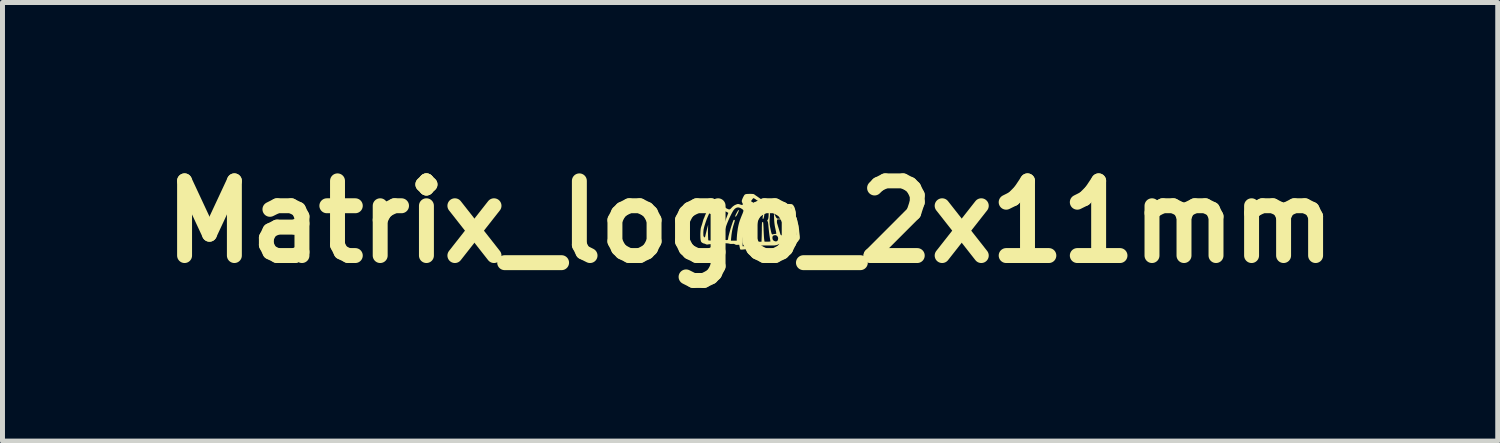
<source format=kicad_pcb>
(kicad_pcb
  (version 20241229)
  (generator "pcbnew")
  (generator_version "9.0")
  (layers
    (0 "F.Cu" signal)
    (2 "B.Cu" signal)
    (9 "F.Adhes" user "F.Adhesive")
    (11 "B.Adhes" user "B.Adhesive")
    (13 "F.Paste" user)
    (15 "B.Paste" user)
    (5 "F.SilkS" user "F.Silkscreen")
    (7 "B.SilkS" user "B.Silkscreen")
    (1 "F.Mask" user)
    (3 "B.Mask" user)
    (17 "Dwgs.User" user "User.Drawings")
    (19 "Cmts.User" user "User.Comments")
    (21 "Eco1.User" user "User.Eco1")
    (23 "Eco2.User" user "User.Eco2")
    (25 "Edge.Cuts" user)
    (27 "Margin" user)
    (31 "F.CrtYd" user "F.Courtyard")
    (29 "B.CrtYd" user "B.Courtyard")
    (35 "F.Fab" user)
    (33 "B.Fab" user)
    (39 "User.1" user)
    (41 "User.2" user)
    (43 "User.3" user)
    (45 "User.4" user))
  (footprint "Matrix_logo_2x11mm"
    (layer "F.Cu")
    (at 12.014 1.404)
    (property "Reference" "Matrix_logo_2x11mm" (at 0 0 0) (layer "F.SilkS") (effects (font (size 1.5 1.5) (thickness 0.3))))
    (attr board_only exclude_from_pos_files exclude_from_bom)
    (fp_poly (pts (xy -0.227 -0.234) (xy -0.226 -0.225) (xy -0.23 -0.211) (xy -0.239 -0.188) (xy -0.253 -0.159) (xy -0.267 -0.132) (xy -0.278 -0.115) (xy -0.286 -0.105) (xy -0.29 -0.103) (xy -0.298 -0.107) (xy -0.3 -0.112) (xy -0.297 -0.121) (xy -0.291 -0.136) (xy -0.282 -0.156) (xy -0.271 -0.177) (xy -0.259 -0.197) (xy -0.249 -0.216) (xy -0.24 -0.229) (xy -0.234 -0.236) (xy -0.233 -0.236)) (stroke (width 0) (type solid)) (fill yes) (layer "F.SilkS"))
    (fp_poly (pts (xy 0.289 -0.2) (xy 0.293 -0.19) (xy 0.292 -0.187) (xy 0.29 -0.177) (xy 0.288 -0.159) (xy 0.285 -0.137) (xy 0.284 -0.127) (xy 0.278 -0.096) (xy 0.272 -0.073) (xy 0.264 -0.059) (xy 0.257 -0.056) (xy 0.254 -0.06) (xy 0.252 -0.072) (xy 0.252 -0.077) (xy 0.253 -0.092) (xy 0.255 -0.113) (xy 0.259 -0.136) (xy 0.263 -0.159) (xy 0.267 -0.18) (xy 0.271 -0.194) (xy 0.273 -0.201) (xy 0.282 -0.204)) (stroke (width 0) (type solid)) (fill yes) (layer "F.SilkS"))
    (fp_poly (pts (xy 0.024 -0.56) (xy 0.045 -0.559) (xy 0.06 -0.558) (xy 0.071 -0.556) (xy 0.079 -0.553) (xy 0.086 -0.548) (xy 0.088 -0.547) (xy 0.101 -0.537) (xy 0.119 -0.524) (xy 0.139 -0.511) (xy 0.143 -0.508) (xy 0.166 -0.492) (xy 0.192 -0.474) (xy 0.217 -0.457) (xy 0.223 -0.453) (xy 0.245 -0.438) (xy 0.267 -0.423) (xy 0.286 -0.412) (xy 0.291 -0.409) (xy 0.316 -0.389) (xy 0.332 -0.367) (xy 0.337 -0.341) (xy 0.337 -0.341) (xy 0.338 -0.33) (xy 0.342 -0.321) (xy 0.35 -0.313) (xy 0.366 -0.303) (xy 0.383 -0.293) (xy 0.397 -0.286) (xy 0.405 -0.284) (xy 0.419 -0.286) (xy 0.441 -0.292) (xy 0.467 -0.302) (xy 0.496 -0.313) (xy 0.516 -0.321) (xy 0.533 -0.328) (xy 0.544 -0.332) (xy 0.556 -0.336) (xy 0.574 -0.343) (xy 0.586 -0.347) (xy 0.597 -0.351) (xy 0.609 -0.354) (xy 0.622 -0.356) (xy 0.639 -0.357) (xy 0.662 -0.358) (xy 0.693 -0.358) (xy 0.723 -0.358) (xy 0.762 -0.358) (xy 0.793 -0.357) (xy 0.815 -0.356) (xy 0.83 -0.355) (xy 0.841 -0.352) (xy 0.846 -0.35) (xy 0.86 -0.339) (xy 0.875 -0.32) (xy 0.888 -0.297) (xy 0.898 -0.273) (xy 0.901 -0.261) (xy 0.905 -0.242) (xy 0.911 -0.225) (xy 0.913 -0.219) (xy 0.917 -0.205) (xy 0.92 -0.181) (xy 0.921 -0.148) (xy 0.921 -0.122) (xy 0.922 -0.104) (xy 0.925 -0.089) (xy 0.929 -0.075) (xy 0.937 -0.058) (xy 0.939 -0.054) (xy 0.953 -0.016) (xy 0.96 0.017) (xy 0.963 0.038) (xy 0.967 0.056) (xy 0.97 0.065) (xy 0.974 0.077) (xy 0.977 0.096) (xy 0.98 0.119) (xy 0.981 0.133) (xy 0.984 0.162) (xy 0.987 0.196) (xy 0.991 0.23) (xy 0.993 0.247) (xy 0.997 0.28) (xy 0.999 0.304) (xy 0.999 0.322) (xy 0.998 0.335) (xy 0.995 0.345) (xy 0.99 0.354) (xy 0.987 0.359) (xy 0.975 0.375) (xy 0.964 0.392) (xy 0.963 0.394) (xy 0.952 0.407) (xy 0.936 0.421) (xy 0.927 0.427) (xy 0.916 0.435) (xy 0.906 0.439) (xy 0.896 0.442) (xy 0.883 0.443) (xy 0.864 0.442) (xy 0.844 0.442) (xy 0.814 0.441) (xy 0.794 0.441) (xy 0.779 0.444) (xy 0.77 0.447) (xy 0.753 0.451) (xy 0.729 0.452) (xy 0.701 0.45) (xy 0.674 0.444) (xy 0.651 0.438) (xy 0.635 0.435) (xy 0.622 0.435) (xy 0.609 0.438) (xy 0.594 0.445) (xy 0.585 0.449) (xy 0.538 0.466) (xy 0.493 0.475) (xy 0.471 0.475) (xy 0.452 0.475) (xy 0.43 0.475) (xy 0.417 0.475) (xy 0.377 0.475) (xy 0.346 0.475) (xy 0.323 0.475) (xy 0.306 0.475) (xy 0.293 0.475) (xy 0.285 0.475) (xy 0.265 0.475) (xy 0.246 0.478) (xy 0.225 0.478) (xy 0.214 0.474) (xy 0.203 0.471) (xy 0.185 0.467) (xy 0.163 0.464) (xy 0.151 0.463) (xy 0.127 0.461) (xy 0.104 0.46) (xy 0.088 0.458) (xy 0.083 0.458) (xy 0.065 0.456) (xy 0.055 0.495) (xy 0.05 0.514) (xy 0.046 0.529) (xy 0.043 0.537) (xy 0.043 0.537) (xy 0.037 0.538) (xy 0.023 0.54) (xy 0.001 0.543) (xy -0.025 0.546) (xy -0.054 0.549) (xy -0.084 0.552) (xy -0.113 0.554) (xy -0.14 0.557) (xy -0.162 0.559) (xy -0.177 0.559) (xy -0.181 0.56) (xy -0.192 0.557) (xy -0.197 0.554) (xy -0.201 0.543) (xy -0.206 0.524) (xy -0.211 0.498) (xy -0.213 0.491) (xy -0.151 0.491) (xy -0.075 0.491) (xy 0.001 0.491) (xy 0.003 0.401) (xy 0.125 0.401) (xy 0.177 0.401) (xy 0.229 0.401) (xy 0.233 0.296) (xy 0.234 0.257) (xy 0.235 0.214) (xy 0.236 0.171) (xy 0.236 0.133) (xy 0.236 0.111) (xy 0.237 0.072) (xy 0.238 0.044) (xy 0.24 0.023) (xy 0.244 0.011) (xy 0.25 0.004) (xy 0.256 0.004) (xy 0.259 0.005) (xy 0.261 0.008) (xy 0.263 0.015) (xy 0.264 0.027) (xy 0.266 0.044) (xy 0.267 0.067) (xy 0.269 0.099) (xy 0.271 0.139) (xy 0.271 0.162) (xy 0.273 0.204) (xy 0.275 0.244) (xy 0.277 0.281) (xy 0.279 0.313) (xy 0.281 0.338) (xy 0.283 0.354) (xy 0.283 0.356) (xy 0.286 0.375) (xy 0.288 0.389) (xy 0.289 0.397) (xy 0.289 0.397) (xy 0.294 0.399) (xy 0.307 0.4) (xy 0.325 0.4) (xy 0.346 0.4) (xy 0.368 0.399) (xy 0.387 0.398) (xy 0.401 0.397) (xy 0.408 0.395) (xy 0.408 0.395) (xy 0.408 0.389) (xy 0.406 0.375) (xy 0.402 0.355) (xy 0.398 0.33) (xy 0.398 0.329) (xy 0.396 0.319) (xy 0.448 0.319) (xy 0.451 0.344) (xy 0.458 0.363) (xy 0.473 0.378) (xy 0.478 0.382) (xy 0.502 0.393) (xy 0.524 0.394) (xy 0.543 0.387) (xy 0.552 0.377) (xy 0.559 0.362) (xy 0.56 0.358) (xy 0.564 0.331) (xy 0.558 0.306) (xy 0.542 0.285) (xy 0.54 0.284) (xy 0.527 0.273) (xy 0.516 0.269) (xy 0.502 0.269) (xy 0.494 0.269) (xy 0.471 0.275) (xy 0.457 0.285) (xy 0.45 0.303) (xy 0.448 0.319) (xy 0.396 0.319) (xy 0.394 0.305) (xy 0.389 0.273) (xy 0.384 0.235) (xy 0.379 0.194) (xy 0.375 0.153) (xy 0.373 0.135) (xy 0.369 0.093) (xy 0.366 0.059) (xy 0.363 0.034) (xy 0.36 0.016) (xy 0.357 0.003) (xy 0.354 -0.005) (xy 0.391 -0.005) (xy 0.392 0.023) (xy 0.393 0.049) (xy 0.397 0.077) (xy 0.402 0.108) (xy 0.409 0.141) (xy 0.417 0.18) (xy 0.424 0.21) (xy 0.43 0.231) (xy 0.435 0.244) (xy 0.439 0.249) (xy 0.448 0.256) (xy 0.453 0.254) (xy 0.459 0.251) (xy 0.474 0.248) (xy 0.489 0.246) (xy 0.507 0.244) (xy 0.521 0.242) (xy 0.526 0.24) (xy 0.526 0.234) (xy 0.524 0.219) (xy 0.521 0.198) (xy 0.515 0.172) (xy 0.513 0.161) (xy 0.503 0.117) (xy 0.496 0.08) (xy 0.491 0.046) (xy 0.487 0.013) (xy 0.484 -0.023) (xy 0.482 -0.066) (xy 0.482 -0.067) (xy 0.481 -0.104) (xy 0.481 -0.132) (xy 0.482 -0.149) (xy 0.486 -0.156) (xy 0.49 -0.154) (xy 0.496 -0.142) (xy 0.501 -0.13) (xy 0.51 -0.11) (xy 0.52 -0.091) (xy 0.528 -0.081) (xy 0.543 -0.064) (xy 0.615 -0.062) (xy 0.645 -0.061) (xy 0.667 -0.06) (xy 0.681 -0.058) (xy 0.689 -0.055) (xy 0.693 -0.052) (xy 0.695 -0.049) (xy 0.694 -0.046) (xy 0.687 -0.045) (xy 0.674 -0.045) (xy 0.653 -0.046) (xy 0.625 -0.047) (xy 0.595 -0.049) (xy 0.575 -0.049) (xy 0.561 -0.049) (xy 0.553 -0.048) (xy 0.548 -0.045) (xy 0.545 -0.042) (xy 0.544 -0.04) (xy 0.54 -0.026) (xy 0.539 -0.005) (xy 0.54 0.016) (xy 0.543 0.032) (xy 0.546 0.042) (xy 0.552 0.06) (xy 0.559 0.085) (xy 0.568 0.114) (xy 0.578 0.147) (xy 0.58 0.153) (xy 0.611 0.259) (xy 0.664 0.29) (xy 0.685 0.302) (xy 0.704 0.311) (xy 0.718 0.317) (xy 0.724 0.318) (xy 0.733 0.316) (xy 0.749 0.313) (xy 0.765 0.31) (xy 0.786 0.305) (xy 0.797 0.299) (xy 0.799 0.296) (xy 0.798 0.288) (xy 0.796 0.272) (xy 0.792 0.25) (xy 0.788 0.222) (xy 0.786 0.203) (xy 0.781 0.17) (xy 0.776 0.135) (xy 0.772 0.101) (xy 0.769 0.068) (xy 0.766 0.038) (xy 0.764 0.013) (xy 0.763 -0.006) (xy 0.764 -0.016) (xy 0.764 -0.018) (xy 0.767 -0.019) (xy 0.769 -0.016) (xy 0.772 -0.009) (xy 0.775 0.003) (xy 0.78 0.022) (xy 0.785 0.048) (xy 0.792 0.082) (xy 0.801 0.126) (xy 0.802 0.131) (xy 0.81 0.17) (xy 0.817 0.206) (xy 0.824 0.235) (xy 0.83 0.258) (xy 0.834 0.274) (xy 0.837 0.279) (xy 0.843 0.283) (xy 0.852 0.283) (xy 0.864 0.282) (xy 0.883 0.277) (xy 0.892 0.275) (xy 0.926 0.267) (xy 0.926 0.242) (xy 0.925 0.23) (xy 0.923 0.209) (xy 0.919 0.181) (xy 0.915 0.149) (xy 0.91 0.114) (xy 0.908 0.103) (xy 0.9 0.056) (xy 0.893 0.018) (xy 0.887 -0.011) (xy 0.88 -0.032) (xy 0.872 -0.048) (xy 0.864 -0.059) (xy 0.855 -0.066) (xy 0.855 -0.066) (xy 0.842 -0.073) (xy 0.852 -0.09) (xy 0.86 -0.111) (xy 0.862 -0.133) (xy 0.861 -0.152) (xy 0.856 -0.178) (xy 0.85 -0.207) (xy 0.843 -0.235) (xy 0.836 -0.259) (xy 0.829 -0.277) (xy 0.828 -0.277) (xy 0.825 -0.283) (xy 0.822 -0.287) (xy 0.816 -0.291) (xy 0.808 -0.294) (xy 0.794 -0.296) (xy 0.775 -0.299) (xy 0.748 -0.301) (xy 0.712 -0.305) (xy 0.705 -0.305) (xy 0.64 -0.311) (xy 0.607 -0.293) (xy 0.592 -0.284) (xy 0.582 -0.276) (xy 0.579 -0.272) (xy 0.579 -0.272) (xy 0.586 -0.27) (xy 0.601 -0.268) (xy 0.622 -0.265) (xy 0.648 -0.263) (xy 0.652 -0.262) (xy 0.68 -0.259) (xy 0.703 -0.255) (xy 0.72 -0.252) (xy 0.727 -0.249) (xy 0.731 -0.24) (xy 0.736 -0.223) (xy 0.741 -0.2) (xy 0.746 -0.172) (xy 0.75 -0.141) (xy 0.754 -0.117) (xy 0.755 -0.098) (xy 0.755 -0.088) (xy 0.753 -0.088) (xy 0.75 -0.095) (xy 0.745 -0.11) (xy 0.74 -0.131) (xy 0.735 -0.158) (xy 0.733 -0.169) (xy 0.728 -0.195) (xy 0.724 -0.218) (xy 0.721 -0.234) (xy 0.719 -0.243) (xy 0.718 -0.244) (xy 0.712 -0.245) (xy 0.698 -0.247) (xy 0.676 -0.249) (xy 0.65 -0.252) (xy 0.627 -0.254) (xy 0.538 -0.262) (xy 0.503 -0.25) (xy 0.485 -0.243) (xy 0.472 -0.236) (xy 0.465 -0.232) (xy 0.465 -0.232) (xy 0.458 -0.229) (xy 0.445 -0.225) (xy 0.435 -0.224) (xy 0.413 -0.219) (xy 0.4 -0.212) (xy 0.395 -0.2) (xy 0.396 -0.182) (xy 0.396 -0.18) (xy 0.399 -0.162) (xy 0.399 -0.139) (xy 0.398 -0.121) (xy 0.395 -0.075) (xy 0.392 -0.037) (xy 0.391 -0.005) (xy 0.354 -0.005) (xy 0.354 -0.006) (xy 0.352 -0.009) (xy 0.346 -0.018) (xy 0.345 -0.026) (xy 0.35 -0.035) (xy 0.355 -0.042) (xy 0.361 -0.053) (xy 0.365 -0.065) (xy 0.368 -0.082) (xy 0.371 -0.106) (xy 0.371 -0.116) (xy 0.373 -0.157) (xy 0.372 -0.189) (xy 0.368 -0.214) (xy 0.361 -0.232) (xy 0.355 -0.242) (xy 0.341 -0.254) (xy 0.322 -0.262) (xy 0.298 -0.266) (xy 0.266 -0.267) (xy 0.255 -0.267) (xy 0.208 -0.265) (xy 0.198 -0.231) (xy 0.191 -0.203) (xy 0.183 -0.167) (xy 0.174 -0.126) (xy 0.165 -0.081) (xy 0.156 -0.035) (xy 0.147 0.009) (xy 0.141 0.05) (xy 0.135 0.084) (xy 0.132 0.106) (xy 0.13 0.134) (xy 0.128 0.169) (xy 0.126 0.209) (xy 0.125 0.249) (xy 0.125 0.288) (xy 0.125 0.401) (xy 0.003 0.401) (xy 0.004 0.359) (xy 0.007 0.295) (xy 0.01 0.237) (xy 0.016 0.184) (xy 0.024 0.132) (xy 0.034 0.081) (xy 0.048 0.029) (xy 0.065 -0.028) (xy 0.086 -0.09) (xy 0.107 -0.149) (xy 0.125 -0.196) (xy 0.14 -0.234) (xy 0.152 -0.264) (xy 0.163 -0.286) (xy 0.171 -0.302) (xy 0.178 -0.311) (xy 0.184 -0.315) (xy 0.186 -0.315) (xy 0.193 -0.312) (xy 0.204 -0.305) (xy 0.204 -0.305) (xy 0.216 -0.298) (xy 0.226 -0.295) (xy 0.234 -0.299) (xy 0.243 -0.31) (xy 0.252 -0.323) (xy 0.258 -0.336) (xy 0.259 -0.345) (xy 0.259 -0.345) (xy 0.254 -0.351) (xy 0.242 -0.361) (xy 0.225 -0.373) (xy 0.219 -0.377) (xy 0.201 -0.39) (xy 0.187 -0.4) (xy 0.18 -0.406) (xy 0.179 -0.407) (xy 0.173 -0.411) (xy 0.169 -0.411) (xy 0.163 -0.414) (xy 0.162 -0.415) (xy 0.158 -0.42) (xy 0.147 -0.427) (xy 0.142 -0.43) (xy 0.128 -0.438) (xy 0.119 -0.445) (xy 0.118 -0.447) (xy 0.109 -0.453) (xy 0.106 -0.454) (xy 0.099 -0.456) (xy 0.098 -0.458) (xy 0.094 -0.462) (xy 0.084 -0.468) (xy 0.073 -0.473) (xy 0.066 -0.475) (xy 0.061 -0.471) (xy 0.052 -0.461) (xy 0.041 -0.446) (xy 0.04 -0.445) (xy 0.018 -0.415) (xy 0.03 -0.405) (xy 0.04 -0.398) (xy 0.047 -0.395) (xy 0.053 -0.392) (xy 0.063 -0.383) (xy 0.065 -0.382) (xy 0.073 -0.372) (xy 0.074 -0.365) (xy 0.07 -0.355) (xy 0.067 -0.351) (xy 0.059 -0.338) (xy 0.048 -0.319) (xy 0.038 -0.302) (xy 0.025 -0.279) (xy 0.01 -0.248) (xy -0.008 -0.212) (xy -0.026 -0.173) (xy -0.043 -0.134) (xy -0.059 -0.097) (xy -0.072 -0.064) (xy -0.08 -0.045) (xy -0.098 0.014) (xy -0.113 0.075) (xy -0.126 0.14) (xy -0.135 0.211) (xy -0.142 0.29) (xy -0.147 0.377) (xy -0.148 0.402) (xy -0.151 0.491) (xy -0.213 0.491) (xy -0.214 0.483) (xy -0.218 0.462) (xy -0.251 0.463) (xy -0.273 0.464) (xy -0.288 0.461) (xy -0.303 0.454) (xy -0.304 0.453) (xy -0.317 0.447) (xy -0.33 0.444) (xy -0.347 0.444) (xy -0.357 0.445) (xy -0.391 0.445) (xy -0.413 0.441) (xy -0.428 0.437) (xy -0.45 0.434) (xy -0.475 0.432) (xy -0.487 0.431) (xy -0.512 0.43) (xy -0.528 0.43) (xy -0.538 0.432) (xy -0.544 0.435) (xy -0.545 0.436) (xy -0.555 0.446) (xy -0.568 0.452) (xy -0.585 0.456) (xy -0.609 0.457) (xy -0.641 0.456) (xy -0.666 0.454) (xy -0.689 0.452) (xy -0.706 0.45) (xy -0.714 0.448) (xy -0.724 0.447) (xy -0.743 0.446) (xy -0.766 0.447) (xy -0.793 0.449) (xy -0.819 0.451) (xy -0.842 0.454) (xy -0.855 0.457) (xy -0.872 0.457) (xy -0.89 0.45) (xy -0.892 0.449) (xy -0.906 0.442) (xy -0.919 0.438) (xy -0.921 0.438) (xy -0.938 0.434) (xy -0.956 0.425) (xy -0.974 0.412) (xy -0.984 0.4) (xy -0.989 0.385) (xy -0.994 0.361) (xy -0.997 0.331) (xy -0.998 0.297) (xy -0.999 0.259) (xy -0.999 0.253) (xy -0.939 0.253) (xy -0.938 0.272) (xy -0.937 0.284) (xy -0.934 0.292) (xy -0.93 0.298) (xy -0.925 0.303) (xy -0.915 0.312) (xy -0.909 0.316) (xy -0.908 0.315) (xy -0.906 0.309) (xy -0.902 0.295) (xy -0.897 0.275) (xy -0.892 0.252) (xy -0.884 0.221) (xy -0.875 0.185) (xy -0.866 0.148) (xy -0.86 0.125) (xy -0.842 0.058) (xy -0.845 0.138) (xy -0.846 0.175) (xy -0.846 0.217) (xy -0.845 0.259) (xy -0.844 0.295) (xy -0.84 0.373) (xy -0.805 0.377) (xy -0.783 0.379) (xy -0.764 0.381) (xy -0.752 0.382) (xy -0.742 0.383) (xy -0.737 0.381) (xy -0.734 0.372) (xy -0.732 0.36) (xy -0.72 0.298) (xy -0.702 0.235) (xy -0.686 0.194) (xy -0.677 0.173) (xy -0.669 0.156) (xy -0.664 0.145) (xy -0.662 0.143) (xy -0.662 0.148) (xy -0.664 0.163) (xy -0.667 0.185) (xy -0.67 0.212) (xy -0.675 0.244) (xy -0.676 0.251) (xy -0.681 0.284) (xy -0.686 0.315) (xy -0.689 0.341) (xy -0.691 0.361) (xy -0.692 0.373) (xy -0.692 0.374) (xy -0.692 0.39) (xy -0.638 0.389) (xy -0.584 0.387) (xy -0.582 0.352) (xy -0.564 0.352) (xy -0.563 0.357) (xy -0.557 0.358) (xy -0.542 0.361) (xy -0.522 0.363) (xy -0.506 0.365) (xy -0.48 0.367) (xy -0.463 0.367) (xy -0.452 0.364) (xy -0.446 0.358) (xy -0.443 0.346) (xy -0.44 0.329) (xy -0.436 0.304) (xy -0.428 0.271) (xy -0.418 0.232) (xy -0.406 0.189) (xy -0.393 0.143) (xy -0.379 0.097) (xy -0.364 0.052) (xy -0.35 0.011) (xy -0.336 -0.025) (xy -0.334 -0.031) (xy -0.327 -0.038) (xy -0.317 -0.039) (xy -0.308 -0.034) (xy -0.307 -0.032) (xy -0.308 -0.024) (xy -0.311 -0.009) (xy -0.316 0.012) (xy -0.323 0.033) (xy -0.34 0.09) (xy -0.354 0.145) (xy -0.365 0.202) (xy -0.374 0.264) (xy -0.381 0.333) (xy -0.382 0.344) (xy -0.385 0.379) (xy -0.326 0.379) (xy -0.268 0.379) (xy -0.268 0.34) (xy -0.267 0.322) (xy -0.265 0.296) (xy -0.263 0.265) (xy -0.259 0.23) (xy -0.255 0.194) (xy -0.254 0.193) (xy -0.246 0.132) (xy -0.235 0.077) (xy -0.222 0.024) (xy -0.205 -0.03) (xy -0.183 -0.088) (xy -0.161 -0.142) (xy -0.148 -0.173) (xy -0.14 -0.196) (xy -0.135 -0.213) (xy -0.134 -0.226) (xy -0.138 -0.235) (xy -0.146 -0.244) (xy -0.157 -0.253) (xy -0.157 -0.254) (xy -0.192 -0.275) (xy -0.224 -0.287) (xy -0.253 -0.288) (xy -0.281 -0.279) (xy -0.308 -0.26) (xy -0.329 -0.236) (xy -0.342 -0.217) (xy -0.358 -0.189) (xy -0.376 -0.155) (xy -0.396 -0.116) (xy -0.416 -0.074) (xy -0.435 -0.03) (xy -0.442 -0.013) (xy -0.456 0.02) (xy -0.47 0.057) (xy -0.484 0.096) (xy -0.499 0.137) (xy -0.513 0.178) (xy -0.526 0.218) (xy -0.538 0.254) (xy -0.548 0.288) (xy -0.556 0.316) (xy -0.561 0.338) (xy -0.564 0.352) (xy -0.582 0.352) (xy -0.58 0.321) (xy -0.578 0.291) (xy -0.575 0.261) (xy -0.572 0.234) (xy -0.569 0.218) (xy -0.561 0.185) (xy -0.549 0.144) (xy -0.536 0.099) (xy -0.521 0.052) (xy -0.505 0.004) (xy -0.49 -0.04) (xy -0.475 -0.08) (xy -0.468 -0.097) (xy -0.458 -0.124) (xy -0.449 -0.147) (xy -0.442 -0.166) (xy -0.439 -0.177) (xy -0.438 -0.18) (xy -0.444 -0.183) (xy -0.456 -0.189) (xy -0.473 -0.199) (xy -0.482 -0.203) (xy -0.523 -0.225) (xy -0.559 -0.171) (xy -0.579 -0.139) (xy -0.602 -0.101) (xy -0.625 -0.058) (xy -0.648 -0.014) (xy -0.67 0.029) (xy -0.689 0.069) (xy -0.703 0.103) (xy -0.706 0.109) (xy -0.714 0.13) (xy -0.721 0.147) (xy -0.726 0.159) (xy -0.728 0.162) (xy -0.729 0.159) (xy -0.73 0.147) (xy -0.729 0.128) (xy -0.728 0.105) (xy -0.726 0.079) (xy -0.724 0.052) (xy -0.721 0.026) (xy -0.718 0.004) (xy -0.716 -0.008) (xy -0.712 -0.029) (xy -0.704 -0.058) (xy -0.695 -0.091) (xy -0.684 -0.127) (xy -0.673 -0.162) (xy -0.663 -0.194) (xy -0.654 -0.222) (xy -0.647 -0.245) (xy -0.642 -0.262) (xy -0.639 -0.271) (xy -0.639 -0.271) (xy -0.644 -0.275) (xy -0.655 -0.283) (xy -0.671 -0.292) (xy -0.69 -0.301) (xy -0.708 -0.31) (xy -0.723 -0.317) (xy -0.733 -0.321) (xy -0.734 -0.321) (xy -0.741 -0.316) (xy -0.75 -0.303) (xy -0.763 -0.283) (xy -0.777 -0.256) (xy -0.793 -0.225) (xy -0.81 -0.19) (xy -0.827 -0.154) (xy -0.844 -0.116) (xy -0.86 -0.079) (xy -0.874 -0.044) (xy -0.885 -0.012) (xy -0.888 -0.005) (xy -0.903 0.041) (xy -0.915 0.079) (xy -0.924 0.111) (xy -0.93 0.138) (xy -0.935 0.162) (xy -0.937 0.186) (xy -0.939 0.211) (xy -0.939 0.227) (xy -0.939 0.253) (xy -0.999 0.253) (xy -0.998 0.222) (xy -0.996 0.185) (xy -0.993 0.153) (xy -0.989 0.125) (xy -0.983 0.105) (xy -0.983 0.103) (xy -0.978 0.09) (xy -0.971 0.069) (xy -0.963 0.044) (xy -0.955 0.015) (xy -0.947 -0.013) (xy -0.942 -0.032) (xy -0.937 -0.047) (xy -0.93 -0.065) (xy -0.927 -0.069) (xy -0.92 -0.085) (xy -0.914 -0.1) (xy -0.913 -0.103) (xy -0.909 -0.116) (xy -0.9 -0.136) (xy -0.889 -0.162) (xy -0.876 -0.192) (xy -0.861 -0.225) (xy -0.856 -0.236) (xy -0.841 -0.267) (xy -0.824 -0.297) (xy -0.808 -0.323) (xy -0.793 -0.345) (xy -0.78 -0.36) (xy -0.772 -0.366) (xy -0.748 -0.373) (xy -0.719 -0.373) (xy -0.688 -0.367) (xy -0.656 -0.355) (xy -0.627 -0.339) (xy -0.603 -0.319) (xy -0.585 -0.297) (xy -0.583 -0.293) (xy -0.578 -0.285) (xy -0.573 -0.281) (xy -0.564 -0.28) (xy -0.549 -0.28) (xy -0.54 -0.281) (xy -0.521 -0.283) (xy -0.507 -0.282) (xy -0.493 -0.278) (xy -0.477 -0.271) (xy -0.467 -0.266) (xy -0.443 -0.254) (xy -0.425 -0.248) (xy -0.411 -0.249) (xy -0.397 -0.256) (xy -0.383 -0.27) (xy -0.375 -0.279) (xy -0.345 -0.309) (xy -0.314 -0.331) (xy -0.278 -0.348) (xy -0.276 -0.348) (xy -0.258 -0.355) (xy -0.243 -0.357) (xy -0.229 -0.356) (xy -0.211 -0.351) (xy -0.197 -0.347) (xy -0.179 -0.341) (xy -0.163 -0.338) (xy -0.155 -0.338) (xy -0.147 -0.346) (xy -0.147 -0.36) (xy -0.155 -0.378) (xy -0.157 -0.381) (xy -0.164 -0.397) (xy -0.167 -0.414) (xy -0.164 -0.434) (xy -0.155 -0.459) (xy -0.141 -0.491) (xy -0.141 -0.491) (xy -0.128 -0.515) (xy -0.118 -0.533) (xy -0.107 -0.545) (xy -0.094 -0.553) (xy -0.077 -0.557) (xy -0.054 -0.559) (xy -0.024 -0.56) (xy -0.006 -0.56)) (stroke (width 0) (type solid)) (fill yes) (layer "F.SilkS")))
  (gr_rect
    (start -3 -3)
    (end 27.029 5.808)
    (stroke (width 0.1) (type default))
    (fill no)
    (layer "Edge.Cuts")))
</source>
